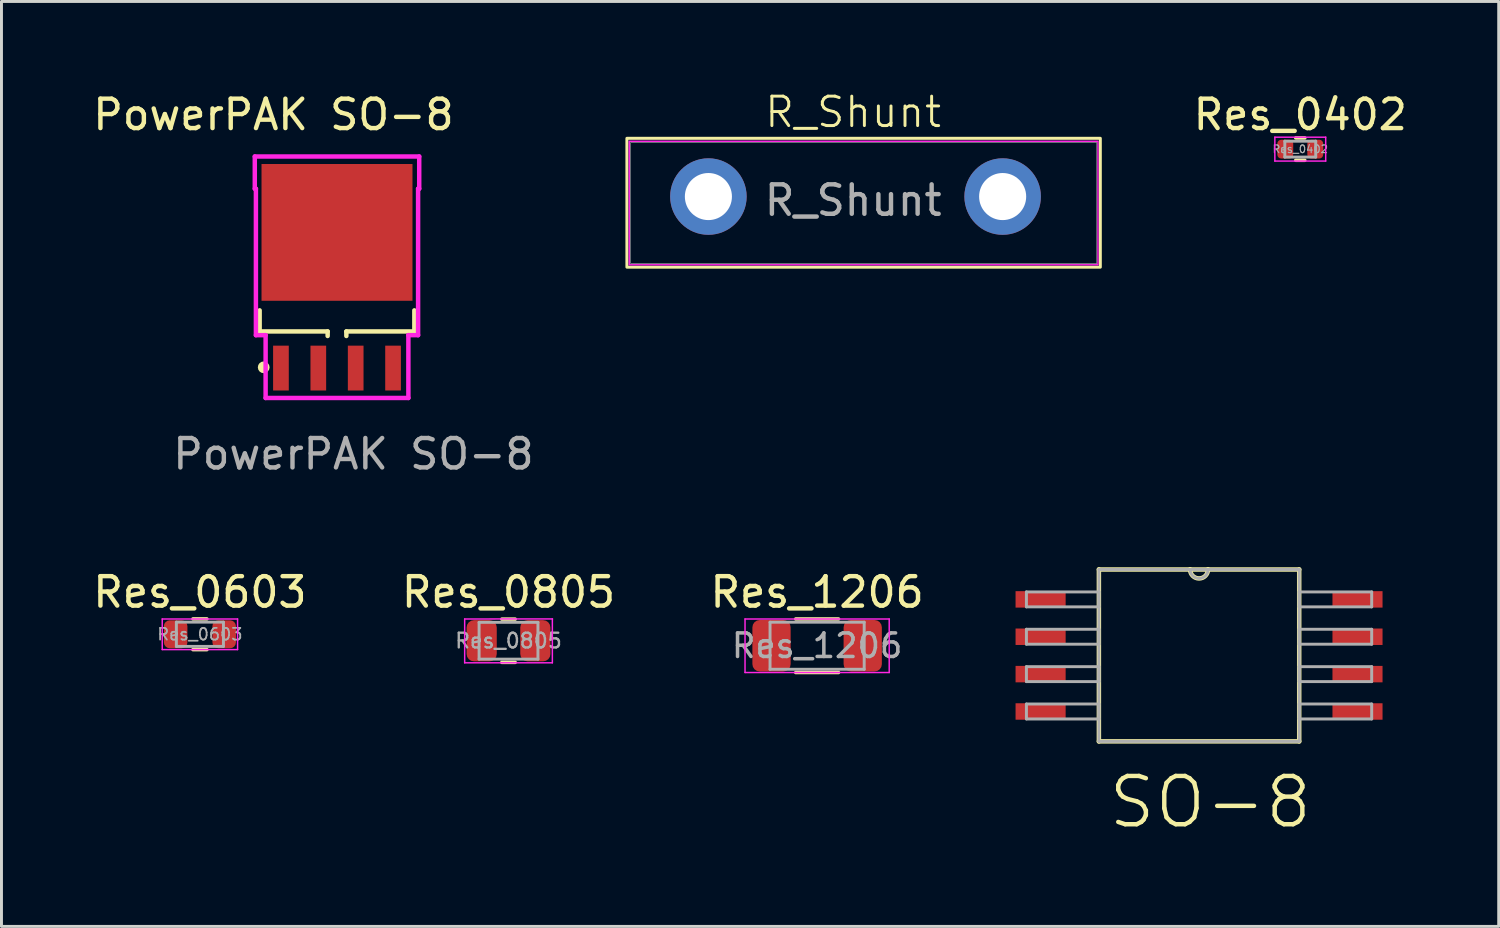
<source format=kicad_pcb>
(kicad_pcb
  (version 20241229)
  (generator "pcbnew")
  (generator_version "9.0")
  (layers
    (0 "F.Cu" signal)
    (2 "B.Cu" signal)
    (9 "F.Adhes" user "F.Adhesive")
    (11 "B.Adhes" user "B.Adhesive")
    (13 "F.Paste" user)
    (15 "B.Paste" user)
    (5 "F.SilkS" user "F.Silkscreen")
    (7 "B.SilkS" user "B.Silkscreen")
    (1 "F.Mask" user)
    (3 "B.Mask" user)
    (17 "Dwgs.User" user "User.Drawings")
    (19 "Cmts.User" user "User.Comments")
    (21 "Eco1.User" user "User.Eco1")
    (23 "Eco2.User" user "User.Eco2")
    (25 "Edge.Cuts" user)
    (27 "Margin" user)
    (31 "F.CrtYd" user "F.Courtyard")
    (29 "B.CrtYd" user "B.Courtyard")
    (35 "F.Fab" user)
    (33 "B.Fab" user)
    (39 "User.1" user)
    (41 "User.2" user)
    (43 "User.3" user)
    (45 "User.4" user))
  (footprint "Res_0603"
    (layer "F.Cu")
    (at 3.744 18.506)
    (property "Reference" "Res_0603" (at 0 -1.43 0) (layer "F.SilkS") (effects (font (size 1 1) (thickness 0.15))))
    (attr smd)
    (fp_line (start -0.237 -0.522) (end 0.237 -0.522) (stroke (width 0.12) (type solid)) (layer "F.SilkS"))
    (fp_line (start -0.237 0.522) (end 0.237 0.522) (stroke (width 0.12) (type solid)) (layer "F.SilkS"))
    (fp_line (start -1.28 -0.52) (end 1.28 -0.52) (stroke (width 0.05) (type solid)) (layer "F.CrtYd"))
    (fp_line (start -1.28 0.52) (end -1.28 -0.52) (stroke (width 0.05) (type solid)) (layer "F.CrtYd"))
    (fp_line (start 1.28 -0.52) (end 1.28 0.52) (stroke (width 0.05) (type solid)) (layer "F.CrtYd"))
    (fp_line (start 1.28 0.52) (end -1.28 0.52) (stroke (width 0.05) (type solid)) (layer "F.CrtYd"))
    (fp_line (start -0.8 -0.412) (end 0.8 -0.412) (stroke (width 0.1) (type solid)) (layer "F.Fab"))
    (fp_line (start -0.8 0.412) (end -0.8 -0.412) (stroke (width 0.1) (type solid)) (layer "F.Fab"))
    (fp_line (start 0.8 -0.412) (end 0.8 0.412) (stroke (width 0.1) (type solid)) (layer "F.Fab"))
    (fp_line (start 0.8 0.412) (end -0.8 0.412) (stroke (width 0.1) (type solid)) (layer "F.Fab"))
    (fp_text user "${REFERENCE}" (at 0 0 0) (layer "F.Fab") (effects (font (size 0.4 0.4) (thickness 0.06))))
    (pad "1" smd roundrect (at -0.825 0) (size 0.8 0.95) (layers "F.Cu" "F.Mask" "F.Paste") (roundrect_rratio 0.25))
    (pad "2" smd roundrect (at 0.825 0) (size 0.8 0.95) (layers "F.Cu" "F.Mask" "F.Paste") (roundrect_rratio 0.25)))
  (footprint "Res_1206"
    (layer "F.Cu")
    (at 24.72 18.896)
    (property "Reference" "Res_1206" (at 0 -1.82 0) (layer "F.SilkS") (effects (font (size 1 1) (thickness 0.15))))
    (attr smd)
    (fp_line (start -0.727 -0.91) (end 0.727 -0.91) (stroke (width 0.12) (type solid)) (layer "F.SilkS"))
    (fp_line (start -0.727 0.91) (end 0.727 0.91) (stroke (width 0.12) (type solid)) (layer "F.SilkS"))
    (fp_line (start -2.45 -0.91) (end 2.45 -0.91) (stroke (width 0.05) (type solid)) (layer "F.CrtYd"))
    (fp_line (start -2.45 0.91) (end -2.45 -0.91) (stroke (width 0.05) (type solid)) (layer "F.CrtYd"))
    (fp_line (start 2.45 -0.91) (end 2.45 0.91) (stroke (width 0.05) (type solid)) (layer "F.CrtYd"))
    (fp_line (start 2.45 0.91) (end -2.45 0.91) (stroke (width 0.05) (type solid)) (layer "F.CrtYd"))
    (fp_line (start -1.6 -0.8) (end 1.6 -0.8) (stroke (width 0.1) (type solid)) (layer "F.Fab"))
    (fp_line (start -1.6 0.8) (end -1.6 -0.8) (stroke (width 0.1) (type solid)) (layer "F.Fab"))
    (fp_line (start 1.6 -0.8) (end 1.6 0.8) (stroke (width 0.1) (type solid)) (layer "F.Fab"))
    (fp_line (start 1.6 0.8) (end -1.6 0.8) (stroke (width 0.1) (type solid)) (layer "F.Fab"))
    (fp_text user "${REFERENCE}" (at 0 0 0) (layer "F.Fab") (effects (font (size 0.8 0.8) (thickness 0.12))))
    (pad "1" smd roundrect (at -1.55 0) (size 1.3 1.75) (layers "F.Cu" "F.Mask" "F.Paste") (roundrect_rratio 0.192))
    (pad "2" smd roundrect (at 1.55 0) (size 1.3 1.75) (layers "F.Cu" "F.Mask" "F.Paste") (roundrect_rratio 0.192)))
  (footprint "Res_0805"
    (layer "F.Cu")
    (at 14.232 18.726)
    (property "Reference" "Res_0805" (at 0 -1.65 0) (layer "F.SilkS") (effects (font (size 1 1) (thickness 0.15))))
    (attr smd)
    (fp_line (start -0.227 -0.735) (end 0.227 -0.735) (stroke (width 0.12) (type solid)) (layer "F.SilkS"))
    (fp_line (start -0.227 0.735) (end 0.227 0.735) (stroke (width 0.12) (type solid)) (layer "F.SilkS"))
    (fp_line (start -1.49 -0.74) (end 1.495 -0.741) (stroke (width 0.05) (type solid)) (layer "F.CrtYd"))
    (fp_line (start -1.49 0.75) (end -1.49 -0.74) (stroke (width 0.05) (type solid)) (layer "F.CrtYd"))
    (fp_line (start 1.49 -0.741) (end 1.49 0.75) (stroke (width 0.05) (type solid)) (layer "F.CrtYd"))
    (fp_line (start 1.49 0.75) (end -1.49 0.75) (stroke (width 0.05) (type solid)) (layer "F.CrtYd"))
    (fp_line (start -1 -0.625) (end 1 -0.625) (stroke (width 0.1) (type solid)) (layer "F.Fab"))
    (fp_line (start -1 0.625) (end -1 -0.625) (stroke (width 0.1) (type solid)) (layer "F.Fab"))
    (fp_line (start 1 -0.625) (end 1 0.625) (stroke (width 0.1) (type solid)) (layer "F.Fab"))
    (fp_line (start 1 0.625) (end -1 0.625) (stroke (width 0.1) (type solid)) (layer "F.Fab"))
    (fp_text user "${REFERENCE}" (at 0 0 0) (layer "F.Fab") (effects (font (size 0.5 0.5) (thickness 0.08))))
    (pad "1" smd roundrect (at -0.912 0) (size 1.025 1.4) (layers "F.Cu" "F.Mask" "F.Paste") (roundrect_rratio 0.244))
    (pad "2" smd roundrect (at 0.912 0) (size 1.025 1.4) (layers "F.Cu" "F.Mask" "F.Paste") (roundrect_rratio 0.244)))
  (footprint "R_Shunt"
    (layer "F.Cu")
    (at 25.666 3.605)
    (property "Reference" "R_Shunt" (at 0.279 -2.845 0) (unlocked yes) (layer "F.SilkS") (effects (font (size 1 1) (thickness 0.1))))
    (attr through_hole)
    (fp_rect (start -7.411 -1.955) (end 8.679 2.425) (stroke (width 0.1) (type default)) (fill no) (layer "F.SilkS"))
    (fp_rect (start -7.331 -1.855) (end 8.599 2.345) (stroke (width 0.05) (type default)) (fill no) (layer "F.CrtYd"))
    (fp_rect (start -7.281 -1.815) (end 8.559 2.305) (stroke (width 0.02) (type default)) (fill no) (layer "F.Fab"))
    (fp_text user "${REFERENCE}" (at 0.279 0.155 0) (unlocked yes) (layer "F.Fab") (effects (font (size 1 1) (thickness 0.15))))
    (pad "1" thru_hole circle (at -4.641 0.025) (size 2.6 2.6) (drill 1.6) (layers "*.Cu" "*.Mask"))
    (pad "2" thru_hole circle (at 5.359 0.025) (size 2.6 2.6) (drill 1.6) (layers "*.Cu" "*.Mask")))
  (footprint "PowerPAK SO-8"
    (layer "F.Cu")
    (at 8.403 5.852)
    (property "Reference" "PowerPAK SO-8" (at -2.159 -5.004 0) (unlocked yes) (layer "F.SilkS") (effects (font (size 1 1) (thickness 0.15))))
    (attr smd)
    (fp_line (start -2.629 1.646) (end -2.629 2.362) (stroke (width 0.152) (type solid)) (layer "F.SilkS"))
    (fp_line (start -2.629 2.362) (end -0.318 2.362) (stroke (width 0.152) (type solid)) (layer "F.SilkS"))
    (fp_line (start -0.318 2.362) (end -0.318 2.516) (stroke (width 0.152) (type solid)) (layer "F.SilkS"))
    (fp_line (start 0.318 2.362) (end 2.629 2.362) (stroke (width 0.152) (type solid)) (layer "F.SilkS"))
    (fp_line (start 0.318 2.516) (end 0.318 2.362) (stroke (width 0.152) (type solid)) (layer "F.SilkS"))
    (fp_line (start 2.629 2.362) (end 2.629 1.646) (stroke (width 0.152) (type solid)) (layer "F.SilkS"))
    (fp_circle (center -2.491 3.581) (end -2.391 3.581) (stroke (width 0.2) (type solid)) (fill no) (layer "F.SilkS"))
    (fp_line (start -2.794 -3.583) (end 2.794 -3.583) (stroke (width 0.152) (type solid)) (layer "F.CrtYd"))
    (fp_line (start -2.794 -2.489) (end -2.794 -3.583) (stroke (width 0.152) (type solid)) (layer "F.CrtYd"))
    (fp_line (start -2.756 -2.489) (end -2.794 -2.489) (stroke (width 0.152) (type solid)) (layer "F.CrtYd"))
    (fp_line (start -2.756 2.489) (end -2.756 -2.489) (stroke (width 0.152) (type solid)) (layer "F.CrtYd"))
    (fp_line (start -2.426 2.489) (end -2.756 2.489) (stroke (width 0.152) (type solid)) (layer "F.CrtYd"))
    (fp_line (start -2.426 4.623) (end -2.426 2.489) (stroke (width 0.152) (type solid)) (layer "F.CrtYd"))
    (fp_line (start 2.426 2.489) (end 2.426 4.623) (stroke (width 0.152) (type solid)) (layer "F.CrtYd"))
    (fp_line (start 2.426 4.623) (end -2.426 4.623) (stroke (width 0.152) (type solid)) (layer "F.CrtYd"))
    (fp_line (start 2.756 -2.489) (end 2.756 2.489) (stroke (width 0.152) (type solid)) (layer "F.CrtYd"))
    (fp_line (start 2.756 2.489) (end 2.426 2.489) (stroke (width 0.152) (type solid)) (layer "F.CrtYd"))
    (fp_line (start 2.794 -3.583) (end 2.794 -2.489) (stroke (width 0.152) (type solid)) (layer "F.CrtYd"))
    (fp_line (start 2.794 -2.489) (end 2.756 -2.489) (stroke (width 0.152) (type solid)) (layer "F.CrtYd"))
    (fp_text user "${REFERENCE}" (at 0.559 6.528 0) (unlocked yes) (layer "F.Fab") (effects (font (size 1 1) (thickness 0.15))))
    (pad "1" smd rect (at -1.905 3.607) (size 0.533 1.524) (layers "F.Cu" "F.Mask" "F.Paste"))
    (pad "2" smd rect (at -0.635 3.607) (size 0.533 1.524) (layers "F.Cu" "F.Mask" "F.Paste"))
    (pad "3" smd rect (at 0.635 3.607) (size 0.533 1.524) (layers "F.Cu" "F.Mask" "F.Paste"))
    (pad "4" smd rect (at 1.905 3.607) (size 0.533 1.524) (layers "F.Cu" "F.Mask" "F.Paste"))
    (pad "5" smd rect (at 0 -1.004) (size 5.131 4.648) (layers "F.Cu" "F.Mask" "F.Paste")))
  (footprint "Res_0402"
    (layer "F.Cu")
    (at 41.14 2.018)
    (property "Reference" "Res_0402" (at 0 -1.17 0) (layer "F.SilkS") (effects (font (size 1 1) (thickness 0.15))))
    (attr smd)
    (fp_line (start -0.154 -0.38) (end 0.154 -0.38) (stroke (width 0.12) (type solid)) (layer "F.SilkS"))
    (fp_line (start -0.154 0.38) (end 0.154 0.38) (stroke (width 0.12) (type solid)) (layer "F.SilkS"))
    (fp_line (start -0.864 -0.406) (end 0.864 -0.406) (stroke (width 0.05) (type solid)) (layer "F.CrtYd"))
    (fp_line (start -0.864 0.406) (end -0.864 -0.406) (stroke (width 0.05) (type solid)) (layer "F.CrtYd"))
    (fp_line (start 0.864 -0.406) (end 0.864 0.406) (stroke (width 0.05) (type solid)) (layer "F.CrtYd"))
    (fp_line (start 0.864 0.406) (end -0.864 0.406) (stroke (width 0.05) (type solid)) (layer "F.CrtYd"))
    (fp_line (start -0.525 -0.27) (end 0.525 -0.27) (stroke (width 0.1) (type solid)) (layer "F.Fab"))
    (fp_line (start -0.525 0.27) (end -0.525 -0.27) (stroke (width 0.1) (type solid)) (layer "F.Fab"))
    (fp_line (start 0.525 -0.27) (end 0.525 0.27) (stroke (width 0.1) (type solid)) (layer "F.Fab"))
    (fp_line (start 0.525 0.27) (end -0.525 0.27) (stroke (width 0.1) (type solid)) (layer "F.Fab"))
    (fp_text user "${REFERENCE}" (at 0 0 0) (layer "F.Fab") (effects (font (size 0.26 0.26) (thickness 0.04))))
    (pad "1" smd roundrect (at -0.51 0) (size 0.54 0.64) (layers "F.Cu" "F.Mask" "F.Paste") (roundrect_rratio 0.25))
    (pad "2" smd roundrect (at 0.51 0) (size 0.54 0.64) (layers "F.Cu" "F.Mask" "F.Paste") (roundrect_rratio 0.25)))
  (footprint "SO-8"
    (layer "F.Cu")
    (at 37.7 19.225)
    (property "Reference" "SO-8" (at 0.382 4.985 0) (layer "F.SilkS") (effects (font (size 1.642 1.642) (thickness 0.15))))
    (attr smd)
    (fp_line (start -3.404 -2.921) (end -3.404 2.921) (stroke (width 0.152) (type solid)) (layer "F.SilkS"))
    (fp_line (start -3.404 2.921) (end 3.404 2.921) (stroke (width 0.152) (type solid)) (layer "F.SilkS"))
    (fp_line (start -0.305 -2.921) (end -3.404 -2.921) (stroke (width 0.152) (type solid)) (layer "F.SilkS"))
    (fp_line (start 0.305 -2.921) (end -0.305 -2.921) (stroke (width 0.152) (type solid)) (layer "F.SilkS"))
    (fp_line (start 3.404 -2.921) (end 0.305 -2.921) (stroke (width 0.152) (type solid)) (layer "F.SilkS"))
    (fp_line (start 3.404 2.921) (end 3.404 -2.921) (stroke (width 0.152) (type solid)) (layer "F.SilkS"))
    (fp_arc (start 0.3048 -2.921) (mid 0 -2.6162) (end -0.3048 -2.921) (stroke (width 0.1524) (type solid)) (layer "F.SilkS"))
    (fp_line (start -5.867 -2.159) (end -5.867 -1.651) (stroke (width 0.1) (type solid)) (layer "F.Fab"))
    (fp_line (start -5.867 -1.651) (end -3.404 -1.651) (stroke (width 0.1) (type solid)) (layer "F.Fab"))
    (fp_line (start -5.867 -0.889) (end -5.867 -0.381) (stroke (width 0.1) (type solid)) (layer "F.Fab"))
    (fp_line (start -5.867 -0.381) (end -3.404 -0.381) (stroke (width 0.1) (type solid)) (layer "F.Fab"))
    (fp_line (start -5.867 0.381) (end -5.867 0.889) (stroke (width 0.1) (type solid)) (layer "F.Fab"))
    (fp_line (start -5.867 0.889) (end -3.404 0.889) (stroke (width 0.1) (type solid)) (layer "F.Fab"))
    (fp_line (start -5.867 1.651) (end -5.867 2.159) (stroke (width 0.1) (type solid)) (layer "F.Fab"))
    (fp_line (start -5.867 2.159) (end -3.404 2.159) (stroke (width 0.1) (type solid)) (layer "F.Fab"))
    (fp_line (start -3.404 -2.921) (end -3.404 2.921) (stroke (width 0.1) (type solid)) (layer "F.Fab"))
    (fp_line (start -3.404 -2.159) (end -5.867 -2.159) (stroke (width 0.1) (type solid)) (layer "F.Fab"))
    (fp_line (start -3.404 -1.651) (end -3.404 -2.159) (stroke (width 0.1) (type solid)) (layer "F.Fab"))
    (fp_line (start -3.404 -0.889) (end -5.867 -0.889) (stroke (width 0.1) (type solid)) (layer "F.Fab"))
    (fp_line (start -3.404 -0.381) (end -3.404 -0.889) (stroke (width 0.1) (type solid)) (layer "F.Fab"))
    (fp_line (start -3.404 0.381) (end -5.867 0.381) (stroke (width 0.1) (type solid)) (layer "F.Fab"))
    (fp_line (start -3.404 0.889) (end -3.404 0.381) (stroke (width 0.1) (type solid)) (layer "F.Fab"))
    (fp_line (start -3.404 1.651) (end -5.867 1.651) (stroke (width 0.1) (type solid)) (layer "F.Fab"))
    (fp_line (start -3.404 2.159) (end -3.404 1.651) (stroke (width 0.1) (type solid)) (layer "F.Fab"))
    (fp_line (start -3.404 2.921) (end 3.404 2.921) (stroke (width 0.1) (type solid)) (layer "F.Fab"))
    (fp_line (start -0.305 -2.921) (end -3.404 -2.921) (stroke (width 0.1) (type solid)) (layer "F.Fab"))
    (fp_line (start 0.305 -2.921) (end -0.305 -2.921) (stroke (width 0.1) (type solid)) (layer "F.Fab"))
    (fp_line (start 3.404 -2.921) (end 0.305 -2.921) (stroke (width 0.1) (type solid)) (layer "F.Fab"))
    (fp_line (start 3.404 -2.159) (end 3.404 -1.651) (stroke (width 0.1) (type solid)) (layer "F.Fab"))
    (fp_line (start 3.404 -1.651) (end 5.867 -1.651) (stroke (width 0.1) (type solid)) (layer "F.Fab"))
    (fp_line (start 3.404 -0.889) (end 3.404 -0.381) (stroke (width 0.1) (type solid)) (layer "F.Fab"))
    (fp_line (start 3.404 -0.381) (end 5.867 -0.381) (stroke (width 0.1) (type solid)) (layer "F.Fab"))
    (fp_line (start 3.404 0.381) (end 3.404 0.889) (stroke (width 0.1) (type solid)) (layer "F.Fab"))
    (fp_line (start 3.404 0.889) (end 5.867 0.889) (stroke (width 0.1) (type solid)) (layer "F.Fab"))
    (fp_line (start 3.404 1.651) (end 3.404 2.159) (stroke (width 0.1) (type solid)) (layer "F.Fab"))
    (fp_line (start 3.404 2.159) (end 5.867 2.159) (stroke (width 0.1) (type solid)) (layer "F.Fab"))
    (fp_line (start 3.404 2.921) (end 3.404 -2.921) (stroke (width 0.1) (type solid)) (layer "F.Fab"))
    (fp_line (start 5.867 -2.159) (end 3.404 -2.159) (stroke (width 0.1) (type solid)) (layer "F.Fab"))
    (fp_line (start 5.867 -1.651) (end 5.867 -2.159) (stroke (width 0.1) (type solid)) (layer "F.Fab"))
    (fp_line (start 5.867 -0.889) (end 3.404 -0.889) (stroke (width 0.1) (type solid)) (layer "F.Fab"))
    (fp_line (start 5.867 -0.381) (end 5.867 -0.889) (stroke (width 0.1) (type solid)) (layer "F.Fab"))
    (fp_line (start 5.867 0.381) (end 3.404 0.381) (stroke (width 0.1) (type solid)) (layer "F.Fab"))
    (fp_line (start 5.867 0.889) (end 5.867 0.381) (stroke (width 0.1) (type solid)) (layer "F.Fab"))
    (fp_line (start 5.867 1.651) (end 3.404 1.651) (stroke (width 0.1) (type solid)) (layer "F.Fab"))
    (fp_line (start 5.867 2.159) (end 5.867 1.651) (stroke (width 0.1) (type solid)) (layer "F.Fab"))
    (fp_arc (start 0.3048 -2.921) (mid 0 -2.6162) (end -0.3048 -2.921) (stroke (width 0.1) (type solid)) (layer "F.Fab"))
    (pad "1" smd rect (at -5.385 -1.905) (size 1.702 0.559) (layers "F.Cu" "F.Mask" "F.Paste"))
    (pad "2" smd rect (at -5.385 -0.635) (size 1.702 0.559) (layers "F.Cu" "F.Mask" "F.Paste"))
    (pad "3" smd rect (at -5.385 0.635) (size 1.702 0.559) (layers "F.Cu" "F.Mask" "F.Paste"))
    (pad "4" smd rect (at -5.385 1.905) (size 1.702 0.559) (layers "F.Cu" "F.Mask" "F.Paste"))
    (pad "5" smd rect (at 5.385 1.905) (size 1.702 0.559) (layers "F.Cu" "F.Mask" "F.Paste"))
    (pad "6" smd rect (at 5.385 0.635) (size 1.702 0.559) (layers "F.Cu" "F.Mask" "F.Paste"))
    (pad "7" smd rect (at 5.385 -0.635) (size 1.702 0.559) (layers "F.Cu" "F.Mask" "F.Paste"))
    (pad "8" smd rect (at 5.385 -1.905) (size 1.702 0.559) (layers "F.Cu" "F.Mask" "F.Paste")))
  (gr_rect
    (start -3 -3)
    (end 47.884 28.434)
    (stroke (width 0.1) (type default))
    (fill no)
    (layer "Edge.Cuts")))
</source>
